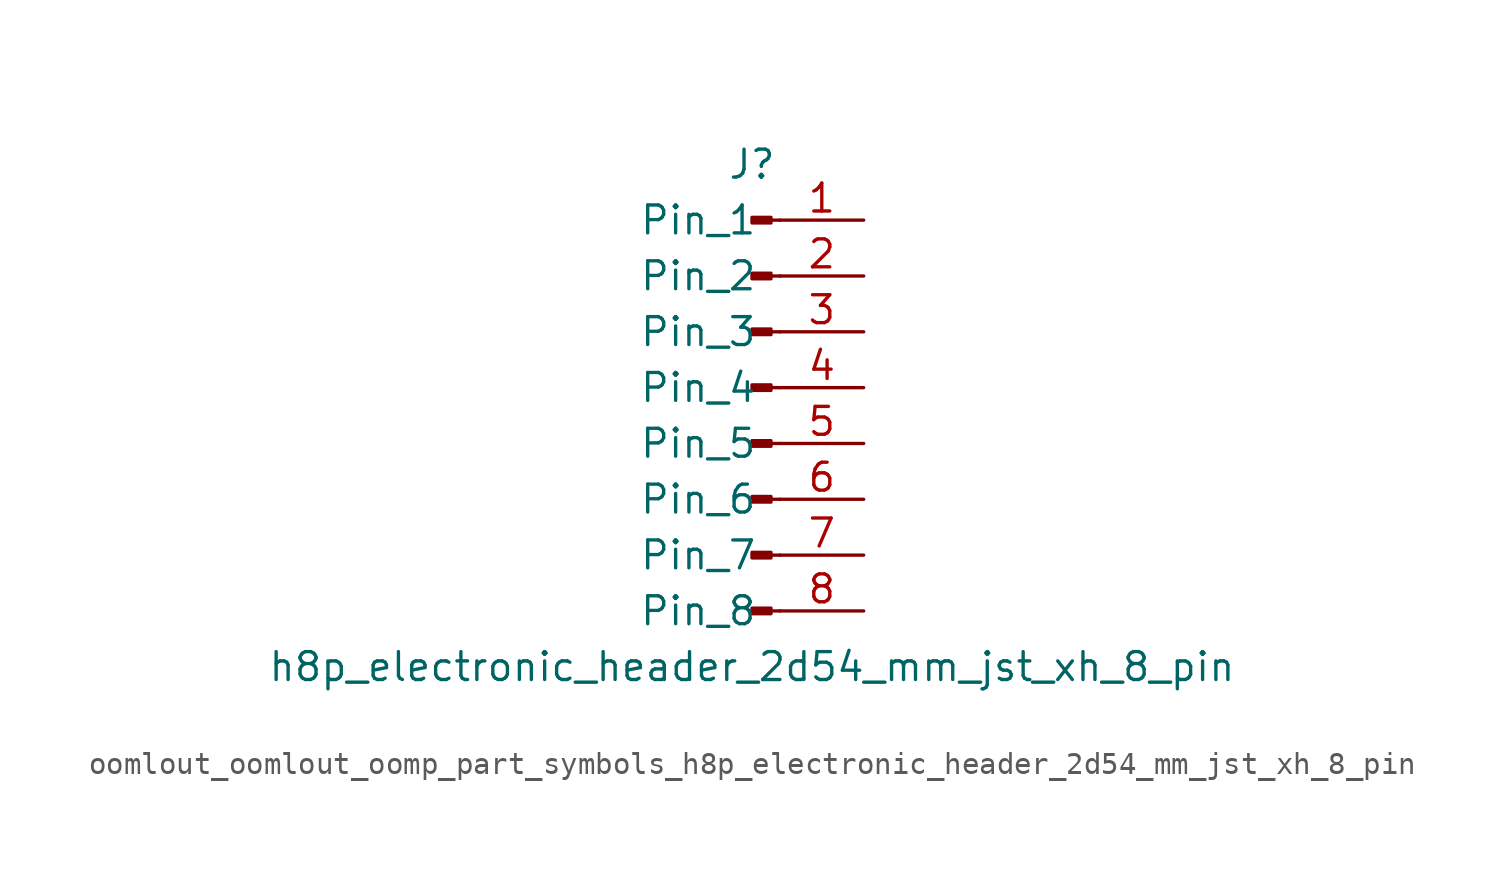
<source format=kicad_sym>
(kicad_symbol_lib
  (version 20220914)
  (generator kicad_symbol_editor)
  (symbol "oomlout_oomlout_oomp_part_symbols_h8p_electronic_header_2d54_mm_jst_xh_8_pin"
    (pin_names
      (offset 1.016))
    (property "Reference" "J"
      (at 0 10.16 0)
      (effects (font (size 1.27 1.27))))
    (property "Value" "h8p_electronic_header_2d54_mm_jst_xh_8_pin"
      (at 0 -12.7 0)
      (effects (font (size 1.27 1.27))))
    (property "ki_locked" ""
      (at 0 0 0)
      (effects (font (size 1.27 1.27))))
    (symbol "oomlout_oomlout_oomp_part_symbols_h8p_electronic_header_2d54_mm_jst_xh_8_pin_1_1"
      (polyline (pts (xy 1.27 -10.16) (xy 0.864 -10.16)) (stroke (width 0.152) (type default)) (fill (type none)))
      (polyline (pts (xy 1.27 -7.62) (xy 0.864 -7.62)) (stroke (width 0.152) (type default)) (fill (type none)))
      (polyline (pts (xy 1.27 -5.08) (xy 0.864 -5.08)) (stroke (width 0.152) (type default)) (fill (type none)))
      (polyline (pts (xy 1.27 -2.54) (xy 0.864 -2.54)) (stroke (width 0.152) (type default)) (fill (type none)))
      (polyline (pts (xy 1.27 0) (xy 0.864 0)) (stroke (width 0.152) (type default)) (fill (type none)))
      (polyline (pts (xy 1.27 2.54) (xy 0.864 2.54)) (stroke (width 0.152) (type default)) (fill (type none)))
      (polyline (pts (xy 1.27 5.08) (xy 0.864 5.08)) (stroke (width 0.152) (type default)) (fill (type none)))
      (polyline (pts (xy 1.27 7.62) (xy 0.864 7.62)) (stroke (width 0.152) (type default)) (fill (type none)))
      (rectangle (start 0.864 -10.033) (end 0 -10.287) (stroke (width 0.152) (type default)) (fill (type outline)))
      (rectangle (start 0.864 -7.493) (end 0 -7.747) (stroke (width 0.152) (type default)) (fill (type outline)))
      (rectangle (start 0.864 -4.953) (end 0 -5.207) (stroke (width 0.152) (type default)) (fill (type outline)))
      (rectangle (start 0.864 -2.413) (end 0 -2.667) (stroke (width 0.152) (type default)) (fill (type outline)))
      (rectangle (start 0.864 0.127) (end 0 -0.127) (stroke (width 0.152) (type default)) (fill (type outline)))
      (rectangle (start 0.864 2.667) (end 0 2.413) (stroke (width 0.152) (type default)) (fill (type outline)))
      (rectangle (start 0.864 5.207) (end 0 4.953) (stroke (width 0.152) (type default)) (fill (type outline)))
      (rectangle (start 0.864 7.747) (end 0 7.493) (stroke (width 0.152) (type default)) (fill (type outline)))
      (pin passive line (at 5.08 7.62 180) (length 3.81) (name "Pin_1" (effects (font (size 1.27 1.27)))) (number "1" (effects (font (size 1.27 1.27)))))
      (pin passive line (at 5.08 5.08 180) (length 3.81) (name "Pin_2" (effects (font (size 1.27 1.27)))) (number "2" (effects (font (size 1.27 1.27)))))
      (pin passive line (at 5.08 2.54 180) (length 3.81) (name "Pin_3" (effects (font (size 1.27 1.27)))) (number "3" (effects (font (size 1.27 1.27)))))
      (pin passive line (at 5.08 0 180) (length 3.81) (name "Pin_4" (effects (font (size 1.27 1.27)))) (number "4" (effects (font (size 1.27 1.27)))))
      (pin passive line (at 5.08 -2.54 180) (length 3.81) (name "Pin_5" (effects (font (size 1.27 1.27)))) (number "5" (effects (font (size 1.27 1.27)))))
      (pin passive line (at 5.08 -5.08 180) (length 3.81) (name "Pin_6" (effects (font (size 1.27 1.27)))) (number "6" (effects (font (size 1.27 1.27)))))
      (pin passive line (at 5.08 -7.62 180) (length 3.81) (name "Pin_7" (effects (font (size 1.27 1.27)))) (number "7" (effects (font (size 1.27 1.27)))))
      (pin passive line (at 5.08 -10.16 180) (length 3.81) (name "Pin_8" (effects (font (size 1.27 1.27)))) (number "8" (effects (font (size 1.27 1.27))))))))
</source>
